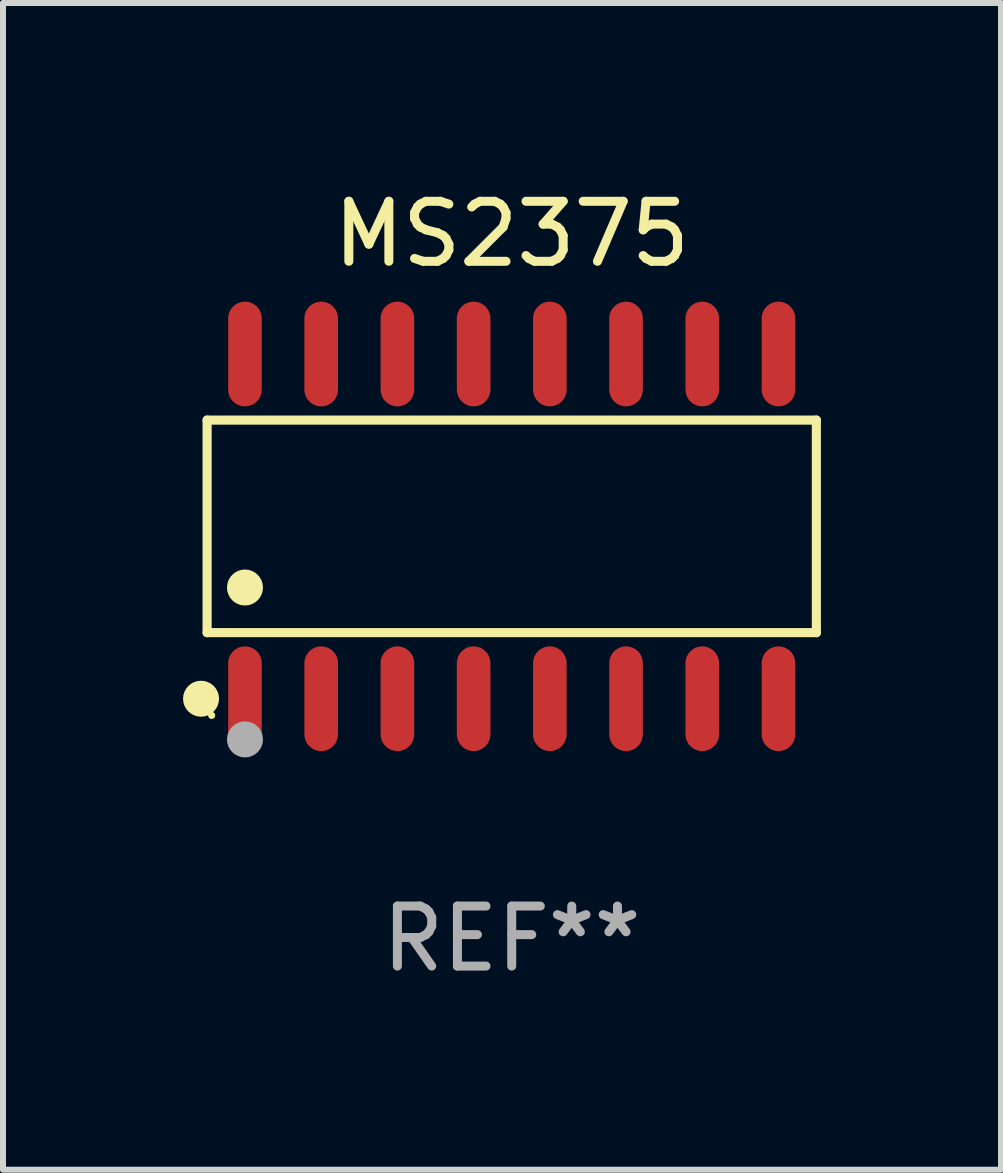
<source format=kicad_pcb>
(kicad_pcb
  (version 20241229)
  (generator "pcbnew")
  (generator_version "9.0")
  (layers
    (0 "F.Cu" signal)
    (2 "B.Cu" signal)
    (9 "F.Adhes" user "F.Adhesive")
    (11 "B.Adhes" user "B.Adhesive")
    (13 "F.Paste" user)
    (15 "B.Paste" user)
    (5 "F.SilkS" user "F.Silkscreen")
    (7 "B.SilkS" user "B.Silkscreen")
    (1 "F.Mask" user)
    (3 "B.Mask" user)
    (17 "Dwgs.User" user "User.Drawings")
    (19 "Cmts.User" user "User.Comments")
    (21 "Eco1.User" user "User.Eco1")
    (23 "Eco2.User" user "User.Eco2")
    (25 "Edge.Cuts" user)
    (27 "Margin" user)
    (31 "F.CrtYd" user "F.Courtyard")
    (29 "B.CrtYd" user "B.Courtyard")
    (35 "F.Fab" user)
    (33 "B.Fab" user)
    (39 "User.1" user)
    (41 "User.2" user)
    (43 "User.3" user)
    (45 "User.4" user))
  (footprint "MS2375"
    (layer "F.Cu")
    (at 5.477 5.721)
    (property "Reference" "MS2375" (at 0 -4.872 0) (layer "F.SilkS") (effects (font (size 1 1) (thickness 0.15))))
    (attr through_hole)
    (fp_line (start -5.076 -1.771) (end 5.076 -1.771) (stroke (width 0.152) (type solid)) (layer "F.SilkS"))
    (fp_line (start -5.076 1.771) (end -5.076 -1.771) (stroke (width 0.152) (type solid)) (layer "F.SilkS"))
    (fp_line (start 5.076 -1.771) (end 5.076 1.771) (stroke (width 0.152) (type solid)) (layer "F.SilkS"))
    (fp_line (start 5.076 1.771) (end -5.076 1.771) (stroke (width 0.152) (type solid)) (layer "F.SilkS"))
    (fp_circle (center -5.177 2.872) (end -5.027 2.872) (stroke (width 0.3) (type solid)) (fill no) (layer "F.SilkS"))
    (fp_circle (center -5 3.15) (end -4.97 3.15) (stroke (width 0.06) (type solid)) (fill no) (layer "F.SilkS"))
    (fp_circle (center -4.445 1.019) (end -4.295 1.019) (stroke (width 0.3) (type solid)) (fill no) (layer "F.SilkS"))
    (fp_circle (center -4.445 3.55) (end -4.295 3.55) (stroke (width 0.3) (type solid)) (fill no) (layer "F.Fab"))
    (fp_text user "REF**" (at 0 6.872 0) (layer "F.Fab") (effects (font (size 1 1) (thickness 0.15))))
    (pad "1" smd oval (at -4.445 2.872) (size 0.56 1.745) (layers "F.Cu" "F.Mask" "F.Paste"))
    (pad "2" smd oval (at -3.175 2.872) (size 0.56 1.745) (layers "F.Cu" "F.Mask" "F.Paste"))
    (pad "3" smd oval (at -1.905 2.872) (size 0.56 1.745) (layers "F.Cu" "F.Mask" "F.Paste"))
    (pad "4" smd oval (at -0.635 2.872) (size 0.56 1.745) (layers "F.Cu" "F.Mask" "F.Paste"))
    (pad "5" smd oval (at 0.635 2.872) (size 0.56 1.745) (layers "F.Cu" "F.Mask" "F.Paste"))
    (pad "6" smd oval (at 1.905 2.872) (size 0.56 1.745) (layers "F.Cu" "F.Mask" "F.Paste"))
    (pad "7" smd oval (at 3.175 2.872) (size 0.56 1.745) (layers "F.Cu" "F.Mask" "F.Paste"))
    (pad "8" smd oval (at 4.445 2.872) (size 0.56 1.745) (layers "F.Cu" "F.Mask" "F.Paste"))
    (pad "9" smd oval (at 4.445 -2.872) (size 0.56 1.745) (layers "F.Cu" "F.Mask" "F.Paste"))
    (pad "10" smd oval (at 3.175 -2.872) (size 0.56 1.745) (layers "F.Cu" "F.Mask" "F.Paste"))
    (pad "11" smd oval (at 1.905 -2.872) (size 0.56 1.745) (layers "F.Cu" "F.Mask" "F.Paste"))
    (pad "12" smd oval (at 0.635 -2.872) (size 0.56 1.745) (layers "F.Cu" "F.Mask" "F.Paste"))
    (pad "13" smd oval (at -0.635 -2.872) (size 0.56 1.745) (layers "F.Cu" "F.Mask" "F.Paste"))
    (pad "14" smd oval (at -1.905 -2.872) (size 0.56 1.745) (layers "F.Cu" "F.Mask" "F.Paste"))
    (pad "15" smd oval (at -3.175 -2.872) (size 0.56 1.745) (layers "F.Cu" "F.Mask" "F.Paste"))
    (pad "16" smd oval (at -4.445 -2.872) (size 0.56 1.745) (layers "F.Cu" "F.Mask" "F.Paste")))
  (gr_rect
    (start -3 -3)
    (end 13.63 16.441)
    (stroke (width 0.1) (type default))
    (fill no)
    (layer "Edge.Cuts")))
</source>
